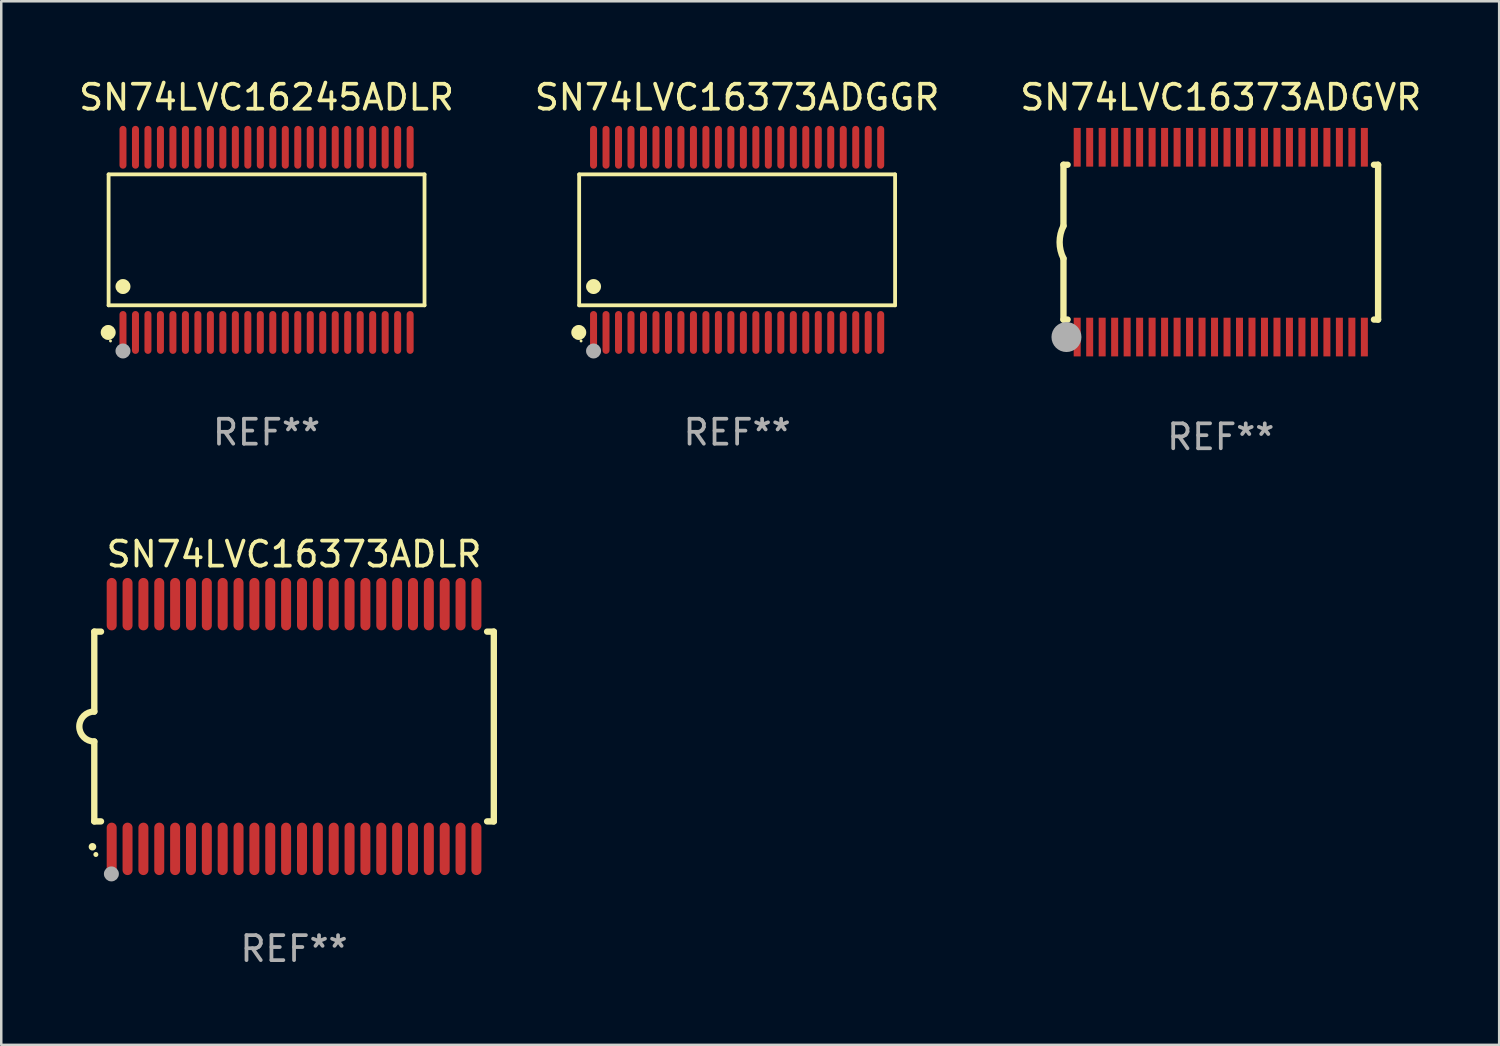
<source format=kicad_pcb>
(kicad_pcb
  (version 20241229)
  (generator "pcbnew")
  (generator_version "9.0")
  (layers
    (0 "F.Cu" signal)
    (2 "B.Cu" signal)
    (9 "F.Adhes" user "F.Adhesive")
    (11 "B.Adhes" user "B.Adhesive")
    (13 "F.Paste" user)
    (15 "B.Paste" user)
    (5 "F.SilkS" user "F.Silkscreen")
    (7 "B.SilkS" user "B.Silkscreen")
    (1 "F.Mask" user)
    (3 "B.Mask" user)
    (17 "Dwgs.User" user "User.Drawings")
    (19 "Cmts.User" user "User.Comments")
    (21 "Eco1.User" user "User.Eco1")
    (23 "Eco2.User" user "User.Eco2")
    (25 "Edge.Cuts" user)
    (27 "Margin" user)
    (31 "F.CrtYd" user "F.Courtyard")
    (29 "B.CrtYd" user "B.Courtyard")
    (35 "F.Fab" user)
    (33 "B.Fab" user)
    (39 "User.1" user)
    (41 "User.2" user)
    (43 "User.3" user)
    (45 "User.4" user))
  (footprint "SN74LVC16373ADGVR"
    (layer "F.Cu")
    (at 45.839 6.648)
    (property "Reference" "SN74LVC16373ADGVR" (at 0 -5.8 0) (layer "F.SilkS") (effects (font (size 1 1) (thickness 0.15))))
    (attr through_hole)
    (fp_line (start -6.3 -3.1) (end -6.3 -0.65) (stroke (width 0.254) (type solid)) (layer "F.SilkS"))
    (fp_line (start -6.3 -3.1) (end -6.134 -3.1) (stroke (width 0.254) (type solid)) (layer "F.SilkS"))
    (fp_line (start -6.3 3.1) (end -6.3 0.65) (stroke (width 0.254) (type solid)) (layer "F.SilkS"))
    (fp_line (start -6.3 3.1) (end -6.134 3.1) (stroke (width 0.254) (type solid)) (layer "F.SilkS"))
    (fp_line (start 6.134 -3.1) (end 6.3 -3.1) (stroke (width 0.254) (type solid)) (layer "F.SilkS"))
    (fp_line (start 6.134 3.1) (end 6.3 3.1) (stroke (width 0.254) (type solid)) (layer "F.SilkS"))
    (fp_line (start 6.3 -3.1) (end 6.3 3.1) (stroke (width 0.254) (type solid)) (layer "F.SilkS"))
    (fp_arc (start -6.301016 0.650114) (mid -6.45413 -0.000082) (end -6.3 -0.650038) (stroke (width 0.254001) (type solid)) (layer "F.SilkS"))
    (fp_circle (center -6.35 3.81) (end -6.223 3.81) (stroke (width 0.254) (type solid)) (fill no) (layer "F.SilkS"))
    (fp_circle (center -6.25 4.05) (end -6.22 4.05) (stroke (width 0.06) (type solid)) (fill no) (layer "F.SilkS"))
    (fp_circle (center -6.18 3.8) (end -5.88 3.8) (stroke (width 0.6) (type solid)) (fill no) (layer "F.Fab"))
    (fp_text user "REF**" (at 0 7.8 0) (layer "F.Fab") (effects (font (size 1 1) (thickness 0.15))))
    (pad "1" smd rect (at -5.75 3.8) (size 0.28 1.55) (layers "F.Cu" "F.Mask" "F.Paste"))
    (pad "2" smd rect (at -5.25 3.8) (size 0.28 1.55) (layers "F.Cu" "F.Mask" "F.Paste"))
    (pad "3" smd rect (at -4.75 3.8) (size 0.28 1.55) (layers "F.Cu" "F.Mask" "F.Paste"))
    (pad "4" smd rect (at -4.25 3.8) (size 0.28 1.55) (layers "F.Cu" "F.Mask" "F.Paste"))
    (pad "5" smd rect (at -3.75 3.8) (size 0.28 1.55) (layers "F.Cu" "F.Mask" "F.Paste"))
    (pad "6" smd rect (at -3.25 3.8) (size 0.28 1.55) (layers "F.Cu" "F.Mask" "F.Paste"))
    (pad "7" smd rect (at -2.75 3.8) (size 0.28 1.55) (layers "F.Cu" "F.Mask" "F.Paste"))
    (pad "8" smd rect (at -2.25 3.8) (size 0.28 1.55) (layers "F.Cu" "F.Mask" "F.Paste"))
    (pad "9" smd rect (at -1.75 3.8) (size 0.28 1.55) (layers "F.Cu" "F.Mask" "F.Paste"))
    (pad "10" smd rect (at -1.25 3.8) (size 0.28 1.55) (layers "F.Cu" "F.Mask" "F.Paste"))
    (pad "11" smd rect (at -0.75 3.8) (size 0.28 1.55) (layers "F.Cu" "F.Mask" "F.Paste"))
    (pad "12" smd rect (at -0.25 3.8) (size 0.28 1.55) (layers "F.Cu" "F.Mask" "F.Paste"))
    (pad "13" smd rect (at 0.25 3.8) (size 0.28 1.55) (layers "F.Cu" "F.Mask" "F.Paste"))
    (pad "14" smd rect (at 0.75 3.8) (size 0.28 1.55) (layers "F.Cu" "F.Mask" "F.Paste"))
    (pad "15" smd rect (at 1.25 3.8) (size 0.28 1.55) (layers "F.Cu" "F.Mask" "F.Paste"))
    (pad "16" smd rect (at 1.75 3.8) (size 0.28 1.55) (layers "F.Cu" "F.Mask" "F.Paste"))
    (pad "17" smd rect (at 2.25 3.8) (size 0.28 1.55) (layers "F.Cu" "F.Mask" "F.Paste"))
    (pad "18" smd rect (at 2.75 3.8) (size 0.28 1.55) (layers "F.Cu" "F.Mask" "F.Paste"))
    (pad "19" smd rect (at 3.25 3.8) (size 0.28 1.55) (layers "F.Cu" "F.Mask" "F.Paste"))
    (pad "20" smd rect (at 3.75 3.8) (size 0.28 1.55) (layers "F.Cu" "F.Mask" "F.Paste"))
    (pad "21" smd rect (at 4.25 3.8) (size 0.28 1.55) (layers "F.Cu" "F.Mask" "F.Paste"))
    (pad "22" smd rect (at 4.75 3.8) (size 0.28 1.55) (layers "F.Cu" "F.Mask" "F.Paste"))
    (pad "23" smd rect (at 5.25 3.8) (size 0.28 1.55) (layers "F.Cu" "F.Mask" "F.Paste"))
    (pad "24" smd rect (at 5.75 3.8) (size 0.28 1.55) (layers "F.Cu" "F.Mask" "F.Paste"))
    (pad "25" smd rect (at 5.75 -3.8) (size 0.28 1.55) (layers "F.Cu" "F.Mask" "F.Paste"))
    (pad "26" smd rect (at 5.25 -3.8) (size 0.28 1.55) (layers "F.Cu" "F.Mask" "F.Paste"))
    (pad "27" smd rect (at 4.75 -3.8) (size 0.28 1.55) (layers "F.Cu" "F.Mask" "F.Paste"))
    (pad "28" smd rect (at 4.25 -3.8) (size 0.28 1.55) (layers "F.Cu" "F.Mask" "F.Paste"))
    (pad "29" smd rect (at 3.75 -3.8) (size 0.28 1.55) (layers "F.Cu" "F.Mask" "F.Paste"))
    (pad "30" smd rect (at 3.25 -3.8) (size 0.28 1.55) (layers "F.Cu" "F.Mask" "F.Paste"))
    (pad "31" smd rect (at 2.75 -3.8) (size 0.28 1.55) (layers "F.Cu" "F.Mask" "F.Paste"))
    (pad "32" smd rect (at 2.25 -3.8) (size 0.28 1.55) (layers "F.Cu" "F.Mask" "F.Paste"))
    (pad "33" smd rect (at 1.75 -3.8) (size 0.28 1.55) (layers "F.Cu" "F.Mask" "F.Paste"))
    (pad "34" smd rect (at 1.25 -3.8) (size 0.28 1.55) (layers "F.Cu" "F.Mask" "F.Paste"))
    (pad "35" smd rect (at 0.75 -3.8) (size 0.28 1.55) (layers "F.Cu" "F.Mask" "F.Paste"))
    (pad "36" smd rect (at 0.25 -3.8) (size 0.28 1.55) (layers "F.Cu" "F.Mask" "F.Paste"))
    (pad "37" smd rect (at -0.25 -3.8) (size 0.28 1.55) (layers "F.Cu" "F.Mask" "F.Paste"))
    (pad "38" smd rect (at -0.75 -3.8) (size 0.28 1.55) (layers "F.Cu" "F.Mask" "F.Paste"))
    (pad "39" smd rect (at -1.25 -3.8) (size 0.28 1.55) (layers "F.Cu" "F.Mask" "F.Paste"))
    (pad "40" smd rect (at -1.75 -3.8) (size 0.28 1.55) (layers "F.Cu" "F.Mask" "F.Paste"))
    (pad "41" smd rect (at -2.25 -3.8) (size 0.28 1.55) (layers "F.Cu" "F.Mask" "F.Paste"))
    (pad "42" smd rect (at -2.75 -3.8) (size 0.28 1.55) (layers "F.Cu" "F.Mask" "F.Paste"))
    (pad "43" smd rect (at -3.25 -3.8) (size 0.28 1.55) (layers "F.Cu" "F.Mask" "F.Paste"))
    (pad "44" smd rect (at -3.75 -3.8) (size 0.28 1.55) (layers "F.Cu" "F.Mask" "F.Paste"))
    (pad "45" smd rect (at -4.25 -3.8) (size 0.28 1.55) (layers "F.Cu" "F.Mask" "F.Paste"))
    (pad "46" smd rect (at -4.75 -3.8) (size 0.28 1.55) (layers "F.Cu" "F.Mask" "F.Paste"))
    (pad "47" smd rect (at -5.25 -3.8) (size 0.28 1.55) (layers "F.Cu" "F.Mask" "F.Paste"))
    (pad "48" smd rect (at -5.75 -3.8) (size 0.28 1.55) (layers "F.Cu" "F.Mask" "F.Paste")))
  (footprint "SN74LVC16373ADLR"
    (layer "F.Cu")
    (at 8.726 26.045)
    (property "Reference" "SN74LVC16373ADLR" (at 0 -6.9 0) (layer "F.SilkS") (effects (font (size 1 1) (thickness 0.15))))
    (attr through_hole)
    (fp_line (start -8 -3.8) (end -8 -0.599) (stroke (width 0.254) (type solid)) (layer "F.SilkS"))
    (fp_line (start -8 -3.8) (end -7.731 -3.8) (stroke (width 0.254) (type solid)) (layer "F.SilkS"))
    (fp_line (start -8 3.8) (end -8 0.599) (stroke (width 0.254) (type solid)) (layer "F.SilkS"))
    (fp_line (start -7.731 3.8) (end -8 3.8) (stroke (width 0.254) (type solid)) (layer "F.SilkS"))
    (fp_line (start 7.731 -3.8) (end 8 -3.8) (stroke (width 0.254) (type solid)) (layer "F.SilkS"))
    (fp_line (start 8 -3.8) (end 8 3.8) (stroke (width 0.254) (type solid)) (layer "F.SilkS"))
    (fp_line (start 8 3.8) (end 7.731 3.8) (stroke (width 0.254) (type solid)) (layer "F.SilkS"))
    (fp_arc (start -8.074676 4.81585) (mid -8.073406 4.815845) (end -8.072136 4.81585) (stroke (width 0.3) (type solid)) (layer "F.SilkS"))
    (fp_arc (start -8.000025 0.6) (mid -8.598908 0.00056) (end -8.000027 -0.598882) (stroke (width 0.254001) (type solid)) (layer "F.SilkS"))
    (fp_circle (center -7.937 5.125) (end -7.887 5.125) (stroke (width 0.1) (type solid)) (fill no) (layer "F.SilkS"))
    (fp_circle (center -7.315 5.903) (end -7.165 5.903) (stroke (width 0.3) (type solid)) (fill no) (layer "F.Fab"))
    (fp_text user "REF**" (at 0 8.9 0) (layer "F.Fab") (effects (font (size 1 1) (thickness 0.15))))
    (pad "1" smd oval (at -7.303 4.9) (size 0.4 2.1) (layers "F.Cu" "F.Mask" "F.Paste"))
    (pad "2" smd oval (at -6.668 4.9) (size 0.4 2.1) (layers "F.Cu" "F.Mask" "F.Paste"))
    (pad "3" smd oval (at -6.033 4.9) (size 0.4 2.1) (layers "F.Cu" "F.Mask" "F.Paste"))
    (pad "4" smd oval (at -5.398 4.9) (size 0.4 2.1) (layers "F.Cu" "F.Mask" "F.Paste"))
    (pad "5" smd oval (at -4.763 4.9) (size 0.4 2.1) (layers "F.Cu" "F.Mask" "F.Paste"))
    (pad "6" smd oval (at -4.128 4.9) (size 0.4 2.1) (layers "F.Cu" "F.Mask" "F.Paste"))
    (pad "7" smd oval (at -3.493 4.9) (size 0.4 2.1) (layers "F.Cu" "F.Mask" "F.Paste"))
    (pad "8" smd oval (at -2.858 4.9) (size 0.4 2.1) (layers "F.Cu" "F.Mask" "F.Paste"))
    (pad "9" smd oval (at -2.223 4.9) (size 0.4 2.1) (layers "F.Cu" "F.Mask" "F.Paste"))
    (pad "10" smd oval (at -1.588 4.9) (size 0.4 2.1) (layers "F.Cu" "F.Mask" "F.Paste"))
    (pad "11" smd oval (at -0.953 4.9) (size 0.4 2.1) (layers "F.Cu" "F.Mask" "F.Paste"))
    (pad "12" smd oval (at -0.318 4.9) (size 0.4 2.1) (layers "F.Cu" "F.Mask" "F.Paste"))
    (pad "13" smd oval (at 0.318 4.9) (size 0.4 2.1) (layers "F.Cu" "F.Mask" "F.Paste"))
    (pad "14" smd oval (at 0.953 4.9) (size 0.4 2.1) (layers "F.Cu" "F.Mask" "F.Paste"))
    (pad "15" smd oval (at 1.588 4.9) (size 0.4 2.1) (layers "F.Cu" "F.Mask" "F.Paste"))
    (pad "16" smd oval (at 2.223 4.9) (size 0.4 2.1) (layers "F.Cu" "F.Mask" "F.Paste"))
    (pad "17" smd oval (at 2.858 4.9) (size 0.4 2.1) (layers "F.Cu" "F.Mask" "F.Paste"))
    (pad "18" smd oval (at 3.493 4.9) (size 0.4 2.1) (layers "F.Cu" "F.Mask" "F.Paste"))
    (pad "19" smd oval (at 4.128 4.9) (size 0.4 2.1) (layers "F.Cu" "F.Mask" "F.Paste"))
    (pad "20" smd oval (at 4.763 4.9) (size 0.4 2.1) (layers "F.Cu" "F.Mask" "F.Paste"))
    (pad "21" smd oval (at 5.398 4.9) (size 0.4 2.1) (layers "F.Cu" "F.Mask" "F.Paste"))
    (pad "22" smd oval (at 6.033 4.9) (size 0.4 2.1) (layers "F.Cu" "F.Mask" "F.Paste"))
    (pad "23" smd oval (at 6.668 4.9) (size 0.4 2.1) (layers "F.Cu" "F.Mask" "F.Paste"))
    (pad "24" smd oval (at 7.303 4.9) (size 0.4 2.1) (layers "F.Cu" "F.Mask" "F.Paste"))
    (pad "25" smd oval (at 7.303 -4.9 180) (size 0.4 2.1) (layers "F.Cu" "F.Mask" "F.Paste"))
    (pad "26" smd oval (at 6.668 -4.9 180) (size 0.4 2.1) (layers "F.Cu" "F.Mask" "F.Paste"))
    (pad "27" smd oval (at 6.033 -4.9 180) (size 0.4 2.1) (layers "F.Cu" "F.Mask" "F.Paste"))
    (pad "28" smd oval (at 5.398 -4.9 180) (size 0.4 2.1) (layers "F.Cu" "F.Mask" "F.Paste"))
    (pad "29" smd oval (at 4.763 -4.9 180) (size 0.4 2.1) (layers "F.Cu" "F.Mask" "F.Paste"))
    (pad "30" smd oval (at 4.128 -4.9 180) (size 0.4 2.1) (layers "F.Cu" "F.Mask" "F.Paste"))
    (pad "31" smd oval (at 3.493 -4.9 180) (size 0.4 2.1) (layers "F.Cu" "F.Mask" "F.Paste"))
    (pad "32" smd oval (at 2.858 -4.9 180) (size 0.4 2.1) (layers "F.Cu" "F.Mask" "F.Paste"))
    (pad "33" smd oval (at 2.223 -4.9 180) (size 0.4 2.1) (layers "F.Cu" "F.Mask" "F.Paste"))
    (pad "34" smd oval (at 1.588 -4.9 180) (size 0.4 2.1) (layers "F.Cu" "F.Mask" "F.Paste"))
    (pad "35" smd oval (at 0.953 -4.9 180) (size 0.4 2.1) (layers "F.Cu" "F.Mask" "F.Paste"))
    (pad "36" smd oval (at 0.318 -4.9 180) (size 0.4 2.1) (layers "F.Cu" "F.Mask" "F.Paste"))
    (pad "37" smd oval (at -0.318 -4.9 180) (size 0.4 2.1) (layers "F.Cu" "F.Mask" "F.Paste"))
    (pad "38" smd oval (at -0.953 -4.9 180) (size 0.4 2.1) (layers "F.Cu" "F.Mask" "F.Paste"))
    (pad "39" smd oval (at -1.588 -4.9 180) (size 0.4 2.1) (layers "F.Cu" "F.Mask" "F.Paste"))
    (pad "40" smd oval (at -2.223 -4.9 180) (size 0.4 2.1) (layers "F.Cu" "F.Mask" "F.Paste"))
    (pad "41" smd oval (at -2.858 -4.9 180) (size 0.4 2.1) (layers "F.Cu" "F.Mask" "F.Paste"))
    (pad "42" smd oval (at -3.493 -4.9 180) (size 0.4 2.1) (layers "F.Cu" "F.Mask" "F.Paste"))
    (pad "43" smd oval (at -4.128 -4.9 180) (size 0.4 2.1) (layers "F.Cu" "F.Mask" "F.Paste"))
    (pad "44" smd oval (at -4.763 -4.9 180) (size 0.4 2.1) (layers "F.Cu" "F.Mask" "F.Paste"))
    (pad "45" smd oval (at -5.398 -4.9 180) (size 0.4 2.1) (layers "F.Cu" "F.Mask" "F.Paste"))
    (pad "46" smd oval (at -6.033 -4.9 180) (size 0.4 2.1) (layers "F.Cu" "F.Mask" "F.Paste"))
    (pad "47" smd oval (at -6.668 -4.9 180) (size 0.4 2.1) (layers "F.Cu" "F.Mask" "F.Paste"))
    (pad "48" smd oval (at -7.303 -4.9 180) (size 0.4 2.1) (layers "F.Cu" "F.Mask" "F.Paste")))
  (footprint "SN74LVC16373ADGGR"
    (layer "F.Cu")
    (at 26.47 6.556)
    (property "Reference" "SN74LVC16373ADGGR" (at 0 -5.708 0) (layer "F.SilkS") (effects (font (size 1 1) (thickness 0.15))))
    (attr through_hole)
    (fp_line (start -6.326 -2.622) (end 6.326 -2.622) (stroke (width 0.152) (type solid)) (layer "F.SilkS"))
    (fp_line (start -6.326 2.621) (end -6.326 -2.622) (stroke (width 0.152) (type solid)) (layer "F.SilkS"))
    (fp_line (start 6.326 -2.622) (end 6.326 2.621) (stroke (width 0.152) (type solid)) (layer "F.SilkS"))
    (fp_line (start 6.326 2.621) (end -6.326 2.621) (stroke (width 0.152) (type solid)) (layer "F.SilkS"))
    (fp_circle (center -6.342 3.708) (end -6.192 3.708) (stroke (width 0.3) (type solid)) (fill no) (layer "F.SilkS"))
    (fp_circle (center -6.25 4.05) (end -6.22 4.05) (stroke (width 0.06) (type solid)) (fill no) (layer "F.SilkS"))
    (fp_circle (center -5.75 1.869) (end -5.6 1.869) (stroke (width 0.3) (type solid)) (fill no) (layer "F.SilkS"))
    (fp_circle (center -5.75 4.45) (end -5.6 4.45) (stroke (width 0.3) (type solid)) (fill no) (layer "F.Fab"))
    (fp_text user "REF**" (at 0 7.708 0) (layer "F.Fab") (effects (font (size 1 1) (thickness 0.15))))
    (pad "1" smd oval (at -5.75 3.708) (size 0.28 1.715) (layers "F.Cu" "F.Mask" "F.Paste"))
    (pad "2" smd oval (at -5.25 3.708) (size 0.28 1.715) (layers "F.Cu" "F.Mask" "F.Paste"))
    (pad "3" smd oval (at -4.75 3.708) (size 0.28 1.715) (layers "F.Cu" "F.Mask" "F.Paste"))
    (pad "4" smd oval (at -4.25 3.708) (size 0.28 1.715) (layers "F.Cu" "F.Mask" "F.Paste"))
    (pad "5" smd oval (at -3.75 3.708) (size 0.28 1.715) (layers "F.Cu" "F.Mask" "F.Paste"))
    (pad "6" smd oval (at -3.25 3.708) (size 0.28 1.715) (layers "F.Cu" "F.Mask" "F.Paste"))
    (pad "7" smd oval (at -2.75 3.708) (size 0.28 1.715) (layers "F.Cu" "F.Mask" "F.Paste"))
    (pad "8" smd oval (at -2.25 3.708) (size 0.28 1.715) (layers "F.Cu" "F.Mask" "F.Paste"))
    (pad "9" smd oval (at -1.75 3.708) (size 0.28 1.715) (layers "F.Cu" "F.Mask" "F.Paste"))
    (pad "10" smd oval (at -1.25 3.708) (size 0.28 1.715) (layers "F.Cu" "F.Mask" "F.Paste"))
    (pad "11" smd oval (at -0.75 3.708) (size 0.28 1.715) (layers "F.Cu" "F.Mask" "F.Paste"))
    (pad "12" smd oval (at -0.25 3.708) (size 0.28 1.715) (layers "F.Cu" "F.Mask" "F.Paste"))
    (pad "13" smd oval (at 0.25 3.708) (size 0.28 1.715) (layers "F.Cu" "F.Mask" "F.Paste"))
    (pad "14" smd oval (at 0.75 3.708) (size 0.28 1.715) (layers "F.Cu" "F.Mask" "F.Paste"))
    (pad "15" smd oval (at 1.25 3.708) (size 0.28 1.715) (layers "F.Cu" "F.Mask" "F.Paste"))
    (pad "16" smd oval (at 1.75 3.708) (size 0.28 1.715) (layers "F.Cu" "F.Mask" "F.Paste"))
    (pad "17" smd oval (at 2.25 3.708) (size 0.28 1.715) (layers "F.Cu" "F.Mask" "F.Paste"))
    (pad "18" smd oval (at 2.75 3.708) (size 0.28 1.715) (layers "F.Cu" "F.Mask" "F.Paste"))
    (pad "19" smd oval (at 3.25 3.708) (size 0.28 1.715) (layers "F.Cu" "F.Mask" "F.Paste"))
    (pad "20" smd oval (at 3.75 3.708) (size 0.28 1.715) (layers "F.Cu" "F.Mask" "F.Paste"))
    (pad "21" smd oval (at 4.25 3.708) (size 0.28 1.715) (layers "F.Cu" "F.Mask" "F.Paste"))
    (pad "22" smd oval (at 4.75 3.708) (size 0.28 1.715) (layers "F.Cu" "F.Mask" "F.Paste"))
    (pad "23" smd oval (at 5.25 3.708) (size 0.28 1.715) (layers "F.Cu" "F.Mask" "F.Paste"))
    (pad "24" smd oval (at 5.75 3.708) (size 0.28 1.715) (layers "F.Cu" "F.Mask" "F.Paste"))
    (pad "25" smd oval (at 5.75 -3.708) (size 0.28 1.715) (layers "F.Cu" "F.Mask" "F.Paste"))
    (pad "26" smd oval (at 5.25 -3.708) (size 0.28 1.715) (layers "F.Cu" "F.Mask" "F.Paste"))
    (pad "27" smd oval (at 4.75 -3.708) (size 0.28 1.715) (layers "F.Cu" "F.Mask" "F.Paste"))
    (pad "28" smd oval (at 4.25 -3.708) (size 0.28 1.715) (layers "F.Cu" "F.Mask" "F.Paste"))
    (pad "29" smd oval (at 3.75 -3.708) (size 0.28 1.715) (layers "F.Cu" "F.Mask" "F.Paste"))
    (pad "30" smd oval (at 3.25 -3.708) (size 0.28 1.715) (layers "F.Cu" "F.Mask" "F.Paste"))
    (pad "31" smd oval (at 2.75 -3.708) (size 0.28 1.715) (layers "F.Cu" "F.Mask" "F.Paste"))
    (pad "32" smd oval (at 2.25 -3.708) (size 0.28 1.715) (layers "F.Cu" "F.Mask" "F.Paste"))
    (pad "33" smd oval (at 1.75 -3.708) (size 0.28 1.715) (layers "F.Cu" "F.Mask" "F.Paste"))
    (pad "34" smd oval (at 1.25 -3.708) (size 0.28 1.715) (layers "F.Cu" "F.Mask" "F.Paste"))
    (pad "35" smd oval (at 0.75 -3.708) (size 0.28 1.715) (layers "F.Cu" "F.Mask" "F.Paste"))
    (pad "36" smd oval (at 0.25 -3.708) (size 0.28 1.715) (layers "F.Cu" "F.Mask" "F.Paste"))
    (pad "37" smd oval (at -0.25 -3.708) (size 0.28 1.715) (layers "F.Cu" "F.Mask" "F.Paste"))
    (pad "38" smd oval (at -0.75 -3.708) (size 0.28 1.715) (layers "F.Cu" "F.Mask" "F.Paste"))
    (pad "39" smd oval (at -1.25 -3.708) (size 0.28 1.715) (layers "F.Cu" "F.Mask" "F.Paste"))
    (pad "40" smd oval (at -1.75 -3.708) (size 0.28 1.715) (layers "F.Cu" "F.Mask" "F.Paste"))
    (pad "41" smd oval (at -2.25 -3.708) (size 0.28 1.715) (layers "F.Cu" "F.Mask" "F.Paste"))
    (pad "42" smd oval (at -2.75 -3.708) (size 0.28 1.715) (layers "F.Cu" "F.Mask" "F.Paste"))
    (pad "43" smd oval (at -3.25 -3.708) (size 0.28 1.715) (layers "F.Cu" "F.Mask" "F.Paste"))
    (pad "44" smd oval (at -3.75 -3.708) (size 0.28 1.715) (layers "F.Cu" "F.Mask" "F.Paste"))
    (pad "45" smd oval (at -4.25 -3.708) (size 0.28 1.715) (layers "F.Cu" "F.Mask" "F.Paste"))
    (pad "46" smd oval (at -4.75 -3.708) (size 0.28 1.715) (layers "F.Cu" "F.Mask" "F.Paste"))
    (pad "47" smd oval (at -5.25 -3.708) (size 0.28 1.715) (layers "F.Cu" "F.Mask" "F.Paste"))
    (pad "48" smd oval (at -5.75 -3.708) (size 0.28 1.715) (layers "F.Cu" "F.Mask" "F.Paste")))
  (footprint "SN74LVC16245ADLR"
    (layer "F.Cu")
    (at 7.625 6.556)
    (property "Reference" "SN74LVC16245ADLR" (at 0 -5.708 0) (layer "F.SilkS") (effects (font (size 1 1) (thickness 0.15))))
    (attr through_hole)
    (fp_line (start -6.326 -2.622) (end 6.326 -2.622) (stroke (width 0.152) (type solid)) (layer "F.SilkS"))
    (fp_line (start -6.326 2.621) (end -6.326 -2.622) (stroke (width 0.152) (type solid)) (layer "F.SilkS"))
    (fp_line (start 6.326 -2.622) (end 6.326 2.621) (stroke (width 0.152) (type solid)) (layer "F.SilkS"))
    (fp_line (start 6.326 2.621) (end -6.326 2.621) (stroke (width 0.152) (type solid)) (layer "F.SilkS"))
    (fp_circle (center -6.342 3.708) (end -6.192 3.708) (stroke (width 0.3) (type solid)) (fill no) (layer "F.SilkS"))
    (fp_circle (center -6.25 4.05) (end -6.22 4.05) (stroke (width 0.06) (type solid)) (fill no) (layer "F.SilkS"))
    (fp_circle (center -5.75 1.869) (end -5.6 1.869) (stroke (width 0.3) (type solid)) (fill no) (layer "F.SilkS"))
    (fp_circle (center -5.75 4.45) (end -5.6 4.45) (stroke (width 0.3) (type solid)) (fill no) (layer "F.Fab"))
    (fp_text user "REF**" (at 0 7.708 0) (layer "F.Fab") (effects (font (size 1 1) (thickness 0.15))))
    (pad "1" smd oval (at -5.75 3.708) (size 0.28 1.715) (layers "F.Cu" "F.Mask" "F.Paste"))
    (pad "2" smd oval (at -5.25 3.708) (size 0.28 1.715) (layers "F.Cu" "F.Mask" "F.Paste"))
    (pad "3" smd oval (at -4.75 3.708) (size 0.28 1.715) (layers "F.Cu" "F.Mask" "F.Paste"))
    (pad "4" smd oval (at -4.25 3.708) (size 0.28 1.715) (layers "F.Cu" "F.Mask" "F.Paste"))
    (pad "5" smd oval (at -3.75 3.708) (size 0.28 1.715) (layers "F.Cu" "F.Mask" "F.Paste"))
    (pad "6" smd oval (at -3.25 3.708) (size 0.28 1.715) (layers "F.Cu" "F.Mask" "F.Paste"))
    (pad "7" smd oval (at -2.75 3.708) (size 0.28 1.715) (layers "F.Cu" "F.Mask" "F.Paste"))
    (pad "8" smd oval (at -2.25 3.708) (size 0.28 1.715) (layers "F.Cu" "F.Mask" "F.Paste"))
    (pad "9" smd oval (at -1.75 3.708) (size 0.28 1.715) (layers "F.Cu" "F.Mask" "F.Paste"))
    (pad "10" smd oval (at -1.25 3.708) (size 0.28 1.715) (layers "F.Cu" "F.Mask" "F.Paste"))
    (pad "11" smd oval (at -0.75 3.708) (size 0.28 1.715) (layers "F.Cu" "F.Mask" "F.Paste"))
    (pad "12" smd oval (at -0.25 3.708) (size 0.28 1.715) (layers "F.Cu" "F.Mask" "F.Paste"))
    (pad "13" smd oval (at 0.25 3.708) (size 0.28 1.715) (layers "F.Cu" "F.Mask" "F.Paste"))
    (pad "14" smd oval (at 0.75 3.708) (size 0.28 1.715) (layers "F.Cu" "F.Mask" "F.Paste"))
    (pad "15" smd oval (at 1.25 3.708) (size 0.28 1.715) (layers "F.Cu" "F.Mask" "F.Paste"))
    (pad "16" smd oval (at 1.75 3.708) (size 0.28 1.715) (layers "F.Cu" "F.Mask" "F.Paste"))
    (pad "17" smd oval (at 2.25 3.708) (size 0.28 1.715) (layers "F.Cu" "F.Mask" "F.Paste"))
    (pad "18" smd oval (at 2.75 3.708) (size 0.28 1.715) (layers "F.Cu" "F.Mask" "F.Paste"))
    (pad "19" smd oval (at 3.25 3.708) (size 0.28 1.715) (layers "F.Cu" "F.Mask" "F.Paste"))
    (pad "20" smd oval (at 3.75 3.708) (size 0.28 1.715) (layers "F.Cu" "F.Mask" "F.Paste"))
    (pad "21" smd oval (at 4.25 3.708) (size 0.28 1.715) (layers "F.Cu" "F.Mask" "F.Paste"))
    (pad "22" smd oval (at 4.75 3.708) (size 0.28 1.715) (layers "F.Cu" "F.Mask" "F.Paste"))
    (pad "23" smd oval (at 5.25 3.708) (size 0.28 1.715) (layers "F.Cu" "F.Mask" "F.Paste"))
    (pad "24" smd oval (at 5.75 3.708) (size 0.28 1.715) (layers "F.Cu" "F.Mask" "F.Paste"))
    (pad "25" smd oval (at 5.75 -3.708) (size 0.28 1.715) (layers "F.Cu" "F.Mask" "F.Paste"))
    (pad "26" smd oval (at 5.25 -3.708) (size 0.28 1.715) (layers "F.Cu" "F.Mask" "F.Paste"))
    (pad "27" smd oval (at 4.75 -3.708) (size 0.28 1.715) (layers "F.Cu" "F.Mask" "F.Paste"))
    (pad "28" smd oval (at 4.25 -3.708) (size 0.28 1.715) (layers "F.Cu" "F.Mask" "F.Paste"))
    (pad "29" smd oval (at 3.75 -3.708) (size 0.28 1.715) (layers "F.Cu" "F.Mask" "F.Paste"))
    (pad "30" smd oval (at 3.25 -3.708) (size 0.28 1.715) (layers "F.Cu" "F.Mask" "F.Paste"))
    (pad "31" smd oval (at 2.75 -3.708) (size 0.28 1.715) (layers "F.Cu" "F.Mask" "F.Paste"))
    (pad "32" smd oval (at 2.25 -3.708) (size 0.28 1.715) (layers "F.Cu" "F.Mask" "F.Paste"))
    (pad "33" smd oval (at 1.75 -3.708) (size 0.28 1.715) (layers "F.Cu" "F.Mask" "F.Paste"))
    (pad "34" smd oval (at 1.25 -3.708) (size 0.28 1.715) (layers "F.Cu" "F.Mask" "F.Paste"))
    (pad "35" smd oval (at 0.75 -3.708) (size 0.28 1.715) (layers "F.Cu" "F.Mask" "F.Paste"))
    (pad "36" smd oval (at 0.25 -3.708) (size 0.28 1.715) (layers "F.Cu" "F.Mask" "F.Paste"))
    (pad "37" smd oval (at -0.25 -3.708) (size 0.28 1.715) (layers "F.Cu" "F.Mask" "F.Paste"))
    (pad "38" smd oval (at -0.75 -3.708) (size 0.28 1.715) (layers "F.Cu" "F.Mask" "F.Paste"))
    (pad "39" smd oval (at -1.25 -3.708) (size 0.28 1.715) (layers "F.Cu" "F.Mask" "F.Paste"))
    (pad "40" smd oval (at -1.75 -3.708) (size 0.28 1.715) (layers "F.Cu" "F.Mask" "F.Paste"))
    (pad "41" smd oval (at -2.25 -3.708) (size 0.28 1.715) (layers "F.Cu" "F.Mask" "F.Paste"))
    (pad "42" smd oval (at -2.75 -3.708) (size 0.28 1.715) (layers "F.Cu" "F.Mask" "F.Paste"))
    (pad "43" smd oval (at -3.25 -3.708) (size 0.28 1.715) (layers "F.Cu" "F.Mask" "F.Paste"))
    (pad "44" smd oval (at -3.75 -3.708) (size 0.28 1.715) (layers "F.Cu" "F.Mask" "F.Paste"))
    (pad "45" smd oval (at -4.25 -3.708) (size 0.28 1.715) (layers "F.Cu" "F.Mask" "F.Paste"))
    (pad "46" smd oval (at -4.75 -3.708) (size 0.28 1.715) (layers "F.Cu" "F.Mask" "F.Paste"))
    (pad "47" smd oval (at -5.25 -3.708) (size 0.28 1.715) (layers "F.Cu" "F.Mask" "F.Paste"))
    (pad "48" smd oval (at -5.75 -3.708) (size 0.28 1.715) (layers "F.Cu" "F.Mask" "F.Paste")))
  (gr_rect
    (start -3 -3)
    (end 56.988 38.793)
    (stroke (width 0.1) (type default))
    (fill no)
    (layer "Edge.Cuts")))
</source>
